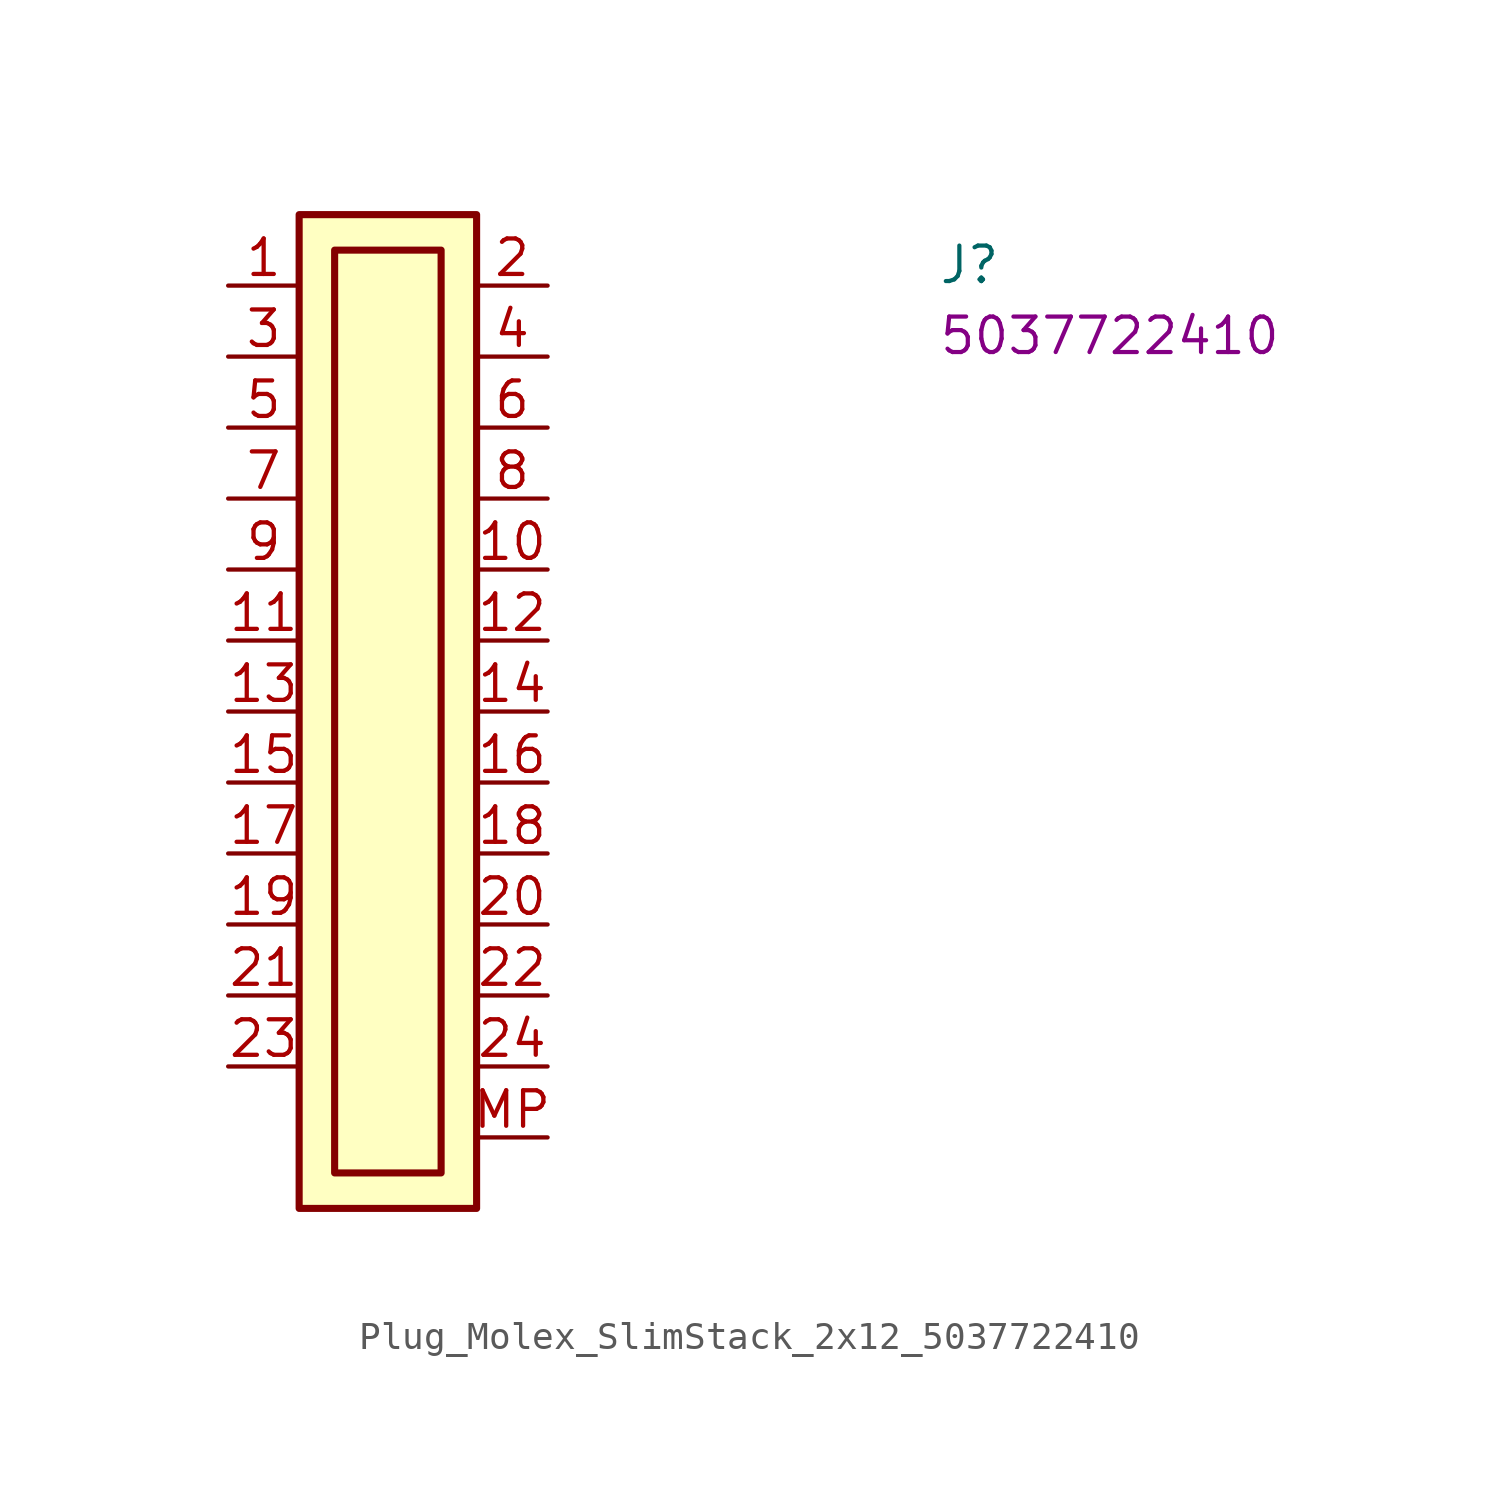
<source format=kicad_sym>
(kicad_symbol_lib
  (version 20220914)
  (generator kicad_symbol_editor)
  (symbol "Plug_Molex_SlimStack_2x12_5037722410"
    (property "Reference" "J"
      (at 25.4 0 0)
      (effects (font (size 1.27 1.27) (thickness 0.15)) (justify left bottom)))
    (property "MPN" "5037722410"
      (at 25.4 -2.54 0)
      (effects (font (size 1.27 1.27) (thickness 0.15)) (justify left bottom)))
    (symbol "Plug_Molex_SlimStack_2x12_5037722410_1_1"
      (rectangle (start 2.54 2.54) (end 8.89 -33.02) (stroke (width 0.254) (type default)) (fill (type background)))
      (rectangle (start 3.81 1.27) (end 7.62 -31.75) (stroke (width 0.254) (type default)) (fill (type background)))
      (pin passive line (at 0 0 0) (length 2.54) (name "~" (effects (font (size 1.27 1.27)))) (number "1" (effects (font (size 1.27 1.27)))))
      (pin passive line (at 11.43 -10.16 180) (length 2.54) (name "~" (effects (font (size 1.27 1.27)))) (number "10" (effects (font (size 1.27 1.27)))))
      (pin passive line (at 0 -12.7 0) (length 2.54) (name "~" (effects (font (size 1.27 1.27)))) (number "11" (effects (font (size 1.27 1.27)))))
      (pin passive line (at 11.43 -12.7 180) (length 2.54) (name "~" (effects (font (size 1.27 1.27)))) (number "12" (effects (font (size 1.27 1.27)))))
      (pin passive line (at 0 -15.24 0) (length 2.54) (name "~" (effects (font (size 1.27 1.27)))) (number "13" (effects (font (size 1.27 1.27)))))
      (pin passive line (at 11.43 -15.24 180) (length 2.54) (name "~" (effects (font (size 1.27 1.27)))) (number "14" (effects (font (size 1.27 1.27)))))
      (pin passive line (at 0 -17.78 0) (length 2.54) (name "~" (effects (font (size 1.27 1.27)))) (number "15" (effects (font (size 1.27 1.27)))))
      (pin passive line (at 11.43 -17.78 180) (length 2.54) (name "~" (effects (font (size 1.27 1.27)))) (number "16" (effects (font (size 1.27 1.27)))))
      (pin passive line (at 0 -20.32 0) (length 2.54) (name "~" (effects (font (size 1.27 1.27)))) (number "17" (effects (font (size 1.27 1.27)))))
      (pin passive line (at 11.43 -20.32 180) (length 2.54) (name "~" (effects (font (size 1.27 1.27)))) (number "18" (effects (font (size 1.27 1.27)))))
      (pin passive line (at 0 -22.86 0) (length 2.54) (name "~" (effects (font (size 1.27 1.27)))) (number "19" (effects (font (size 1.27 1.27)))))
      (pin passive line (at 11.43 0 180) (length 2.54) (name "~" (effects (font (size 1.27 1.27)))) (number "2" (effects (font (size 1.27 1.27)))))
      (pin passive line (at 11.43 -22.86 180) (length 2.54) (name "~" (effects (font (size 1.27 1.27)))) (number "20" (effects (font (size 1.27 1.27)))))
      (pin passive line (at 0 -25.4 0) (length 2.54) (name "~" (effects (font (size 1.27 1.27)))) (number "21" (effects (font (size 1.27 1.27)))))
      (pin passive line (at 11.43 -25.4 180) (length 2.54) (name "~" (effects (font (size 1.27 1.27)))) (number "22" (effects (font (size 1.27 1.27)))))
      (pin passive line (at 0 -27.94 0) (length 2.54) (name "~" (effects (font (size 1.27 1.27)))) (number "23" (effects (font (size 1.27 1.27)))))
      (pin passive line (at 11.43 -27.94 180) (length 2.54) (name "~" (effects (font (size 1.27 1.27)))) (number "24" (effects (font (size 1.27 1.27)))))
      (pin passive line (at 0 -2.54 0) (length 2.54) (name "~" (effects (font (size 1.27 1.27)))) (number "3" (effects (font (size 1.27 1.27)))))
      (pin passive line (at 11.43 -2.54 180) (length 2.54) (name "~" (effects (font (size 1.27 1.27)))) (number "4" (effects (font (size 1.27 1.27)))))
      (pin passive line (at 0 -5.08 0) (length 2.54) (name "~" (effects (font (size 1.27 1.27)))) (number "5" (effects (font (size 1.27 1.27)))))
      (pin passive line (at 11.43 -5.08 180) (length 2.54) (name "~" (effects (font (size 1.27 1.27)))) (number "6" (effects (font (size 1.27 1.27)))))
      (pin passive line (at 0 -7.62 0) (length 2.54) (name "~" (effects (font (size 1.27 1.27)))) (number "7" (effects (font (size 1.27 1.27)))))
      (pin passive line (at 11.43 -7.62 180) (length 2.54) (name "~" (effects (font (size 1.27 1.27)))) (number "8" (effects (font (size 1.27 1.27)))))
      (pin passive line (at 0 -10.16 0) (length 2.54) (name "~" (effects (font (size 1.27 1.27)))) (number "9" (effects (font (size 1.27 1.27)))))
      (pin passive line (at 11.43 -30.48 180) (length 2.54) (name "~" (effects (font (size 1.27 1.27)))) (number "MP" (effects (font (size 1.27 1.27))))))))
</source>
